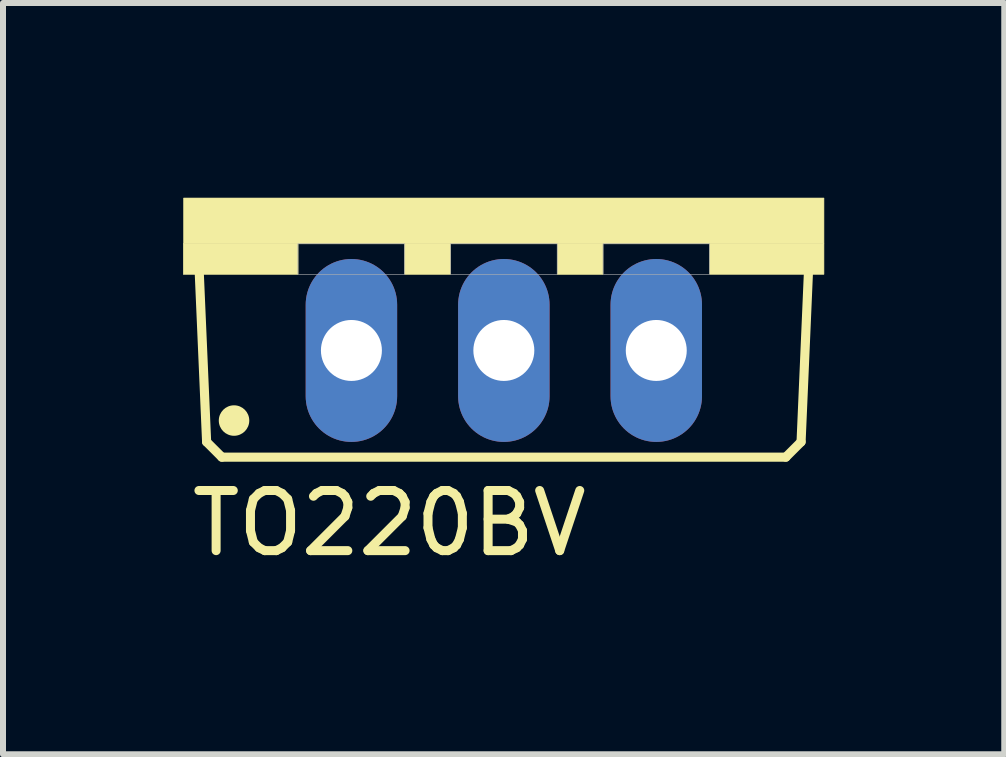
<source format=kicad_pcb>
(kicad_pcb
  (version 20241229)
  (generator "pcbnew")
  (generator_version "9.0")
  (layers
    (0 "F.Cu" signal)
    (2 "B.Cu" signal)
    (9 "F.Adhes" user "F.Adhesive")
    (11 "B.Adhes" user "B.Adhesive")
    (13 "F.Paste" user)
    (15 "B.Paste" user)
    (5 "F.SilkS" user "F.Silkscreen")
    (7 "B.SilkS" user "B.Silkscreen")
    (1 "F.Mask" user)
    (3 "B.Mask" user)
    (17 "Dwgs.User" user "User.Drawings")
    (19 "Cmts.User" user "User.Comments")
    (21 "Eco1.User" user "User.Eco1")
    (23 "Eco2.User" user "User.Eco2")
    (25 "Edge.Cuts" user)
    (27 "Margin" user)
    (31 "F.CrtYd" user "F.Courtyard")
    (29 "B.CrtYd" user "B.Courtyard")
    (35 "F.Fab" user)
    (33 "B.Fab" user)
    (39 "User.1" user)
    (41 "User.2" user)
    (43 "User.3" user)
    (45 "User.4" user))
  (footprint "TO220BV"
    (layer "F.Cu")
    (at 5.346 0.25)
    (property "Reference" "TO220BV" (at -1.908 5.42 0) (layer "F.SilkS") (effects (font (size 1.002 1.002) (thickness 0.15))))
    (attr through_hole)
    (fp_line (start -4.953 4.064) (end -5.08 1.143) (stroke (width 0.152) (type solid)) (layer "F.SilkS"))
    (fp_line (start -4.953 4.064) (end -4.699 4.318) (stroke (width 0.152) (type solid)) (layer "F.SilkS"))
    (fp_line (start 4.699 4.318) (end -4.699 4.318) (stroke (width 0.152) (type solid)) (layer "F.SilkS"))
    (fp_line (start 4.699 4.318) (end 4.953 4.064) (stroke (width 0.152) (type solid)) (layer "F.SilkS"))
    (fp_line (start 5.08 1.143) (end 4.953 4.064) (stroke (width 0.152) (type solid)) (layer "F.SilkS"))
    (fp_circle (center -4.496 3.708) (end -4.242 3.708) (stroke (width 0) (type solid)) (fill yes) (layer "F.SilkS"))
    (fp_poly (pts (xy -5.341 0.762) (xy -3.429 0.762) (xy -3.429 1.272) (xy -5.341 1.272)) (stroke (width 0.01) (type solid)) (fill yes) (layer "F.SilkS"))
    (fp_poly (pts (xy -5.336 0) (xy 5.334 0) (xy 5.334 0.762) (xy -5.336 0.762)) (stroke (width 0.01) (type solid)) (fill yes) (layer "F.SilkS"))
    (fp_poly (pts (xy -1.653 0.762) (xy -0.889 0.762) (xy -0.889 1.272) (xy -1.653 1.272)) (stroke (width 0.01) (type solid)) (fill yes) (layer "F.SilkS"))
    (fp_poly (pts (xy 0.891 0.762) (xy 1.651 0.762) (xy 1.651 1.273) (xy 0.891 1.273)) (stroke (width 0.01) (type solid)) (fill yes) (layer "F.SilkS"))
    (fp_poly (pts (xy 3.43 0.762) (xy 5.334 0.762) (xy 5.334 1.271) (xy 3.43 1.271)) (stroke (width 0.01) (type solid)) (fill yes) (layer "F.SilkS"))
    (fp_poly (pts (xy -3.433 0.762) (xy -1.651 0.762) (xy -1.651 1.271) (xy -3.433 1.271)) (stroke (width 0.01) (type solid)) (fill no) (layer "F.Fab"))
    (fp_poly (pts (xy -0.89 0.762) (xy 0.889 0.762) (xy 0.889 1.271) (xy -0.89 1.271)) (stroke (width 0.01) (type solid)) (fill no) (layer "F.Fab"))
    (fp_poly (pts (xy 1.654 0.762) (xy 3.429 0.762) (xy 3.429 1.272) (xy 1.654 1.272)) (stroke (width 0.01) (type solid)) (fill no) (layer "F.Fab"))
    (pad "D" thru_hole oval (at 0 2.54) (size 1.524 3.048) (drill 1.016) (layers "*.Cu" "*.Mask"))
    (pad "G" thru_hole oval (at -2.54 2.54) (size 1.524 3.048) (drill 1.016) (layers "*.Cu" "*.Mask"))
    (pad "S" thru_hole oval (at 2.54 2.54) (size 1.524 3.048) (drill 1.016) (layers "*.Cu" "*.Mask")))
  (gr_rect
    (start -3 -3)
    (end 13.685 9.519)
    (stroke (width 0.1) (type default))
    (fill no)
    (layer "Edge.Cuts")))
</source>
